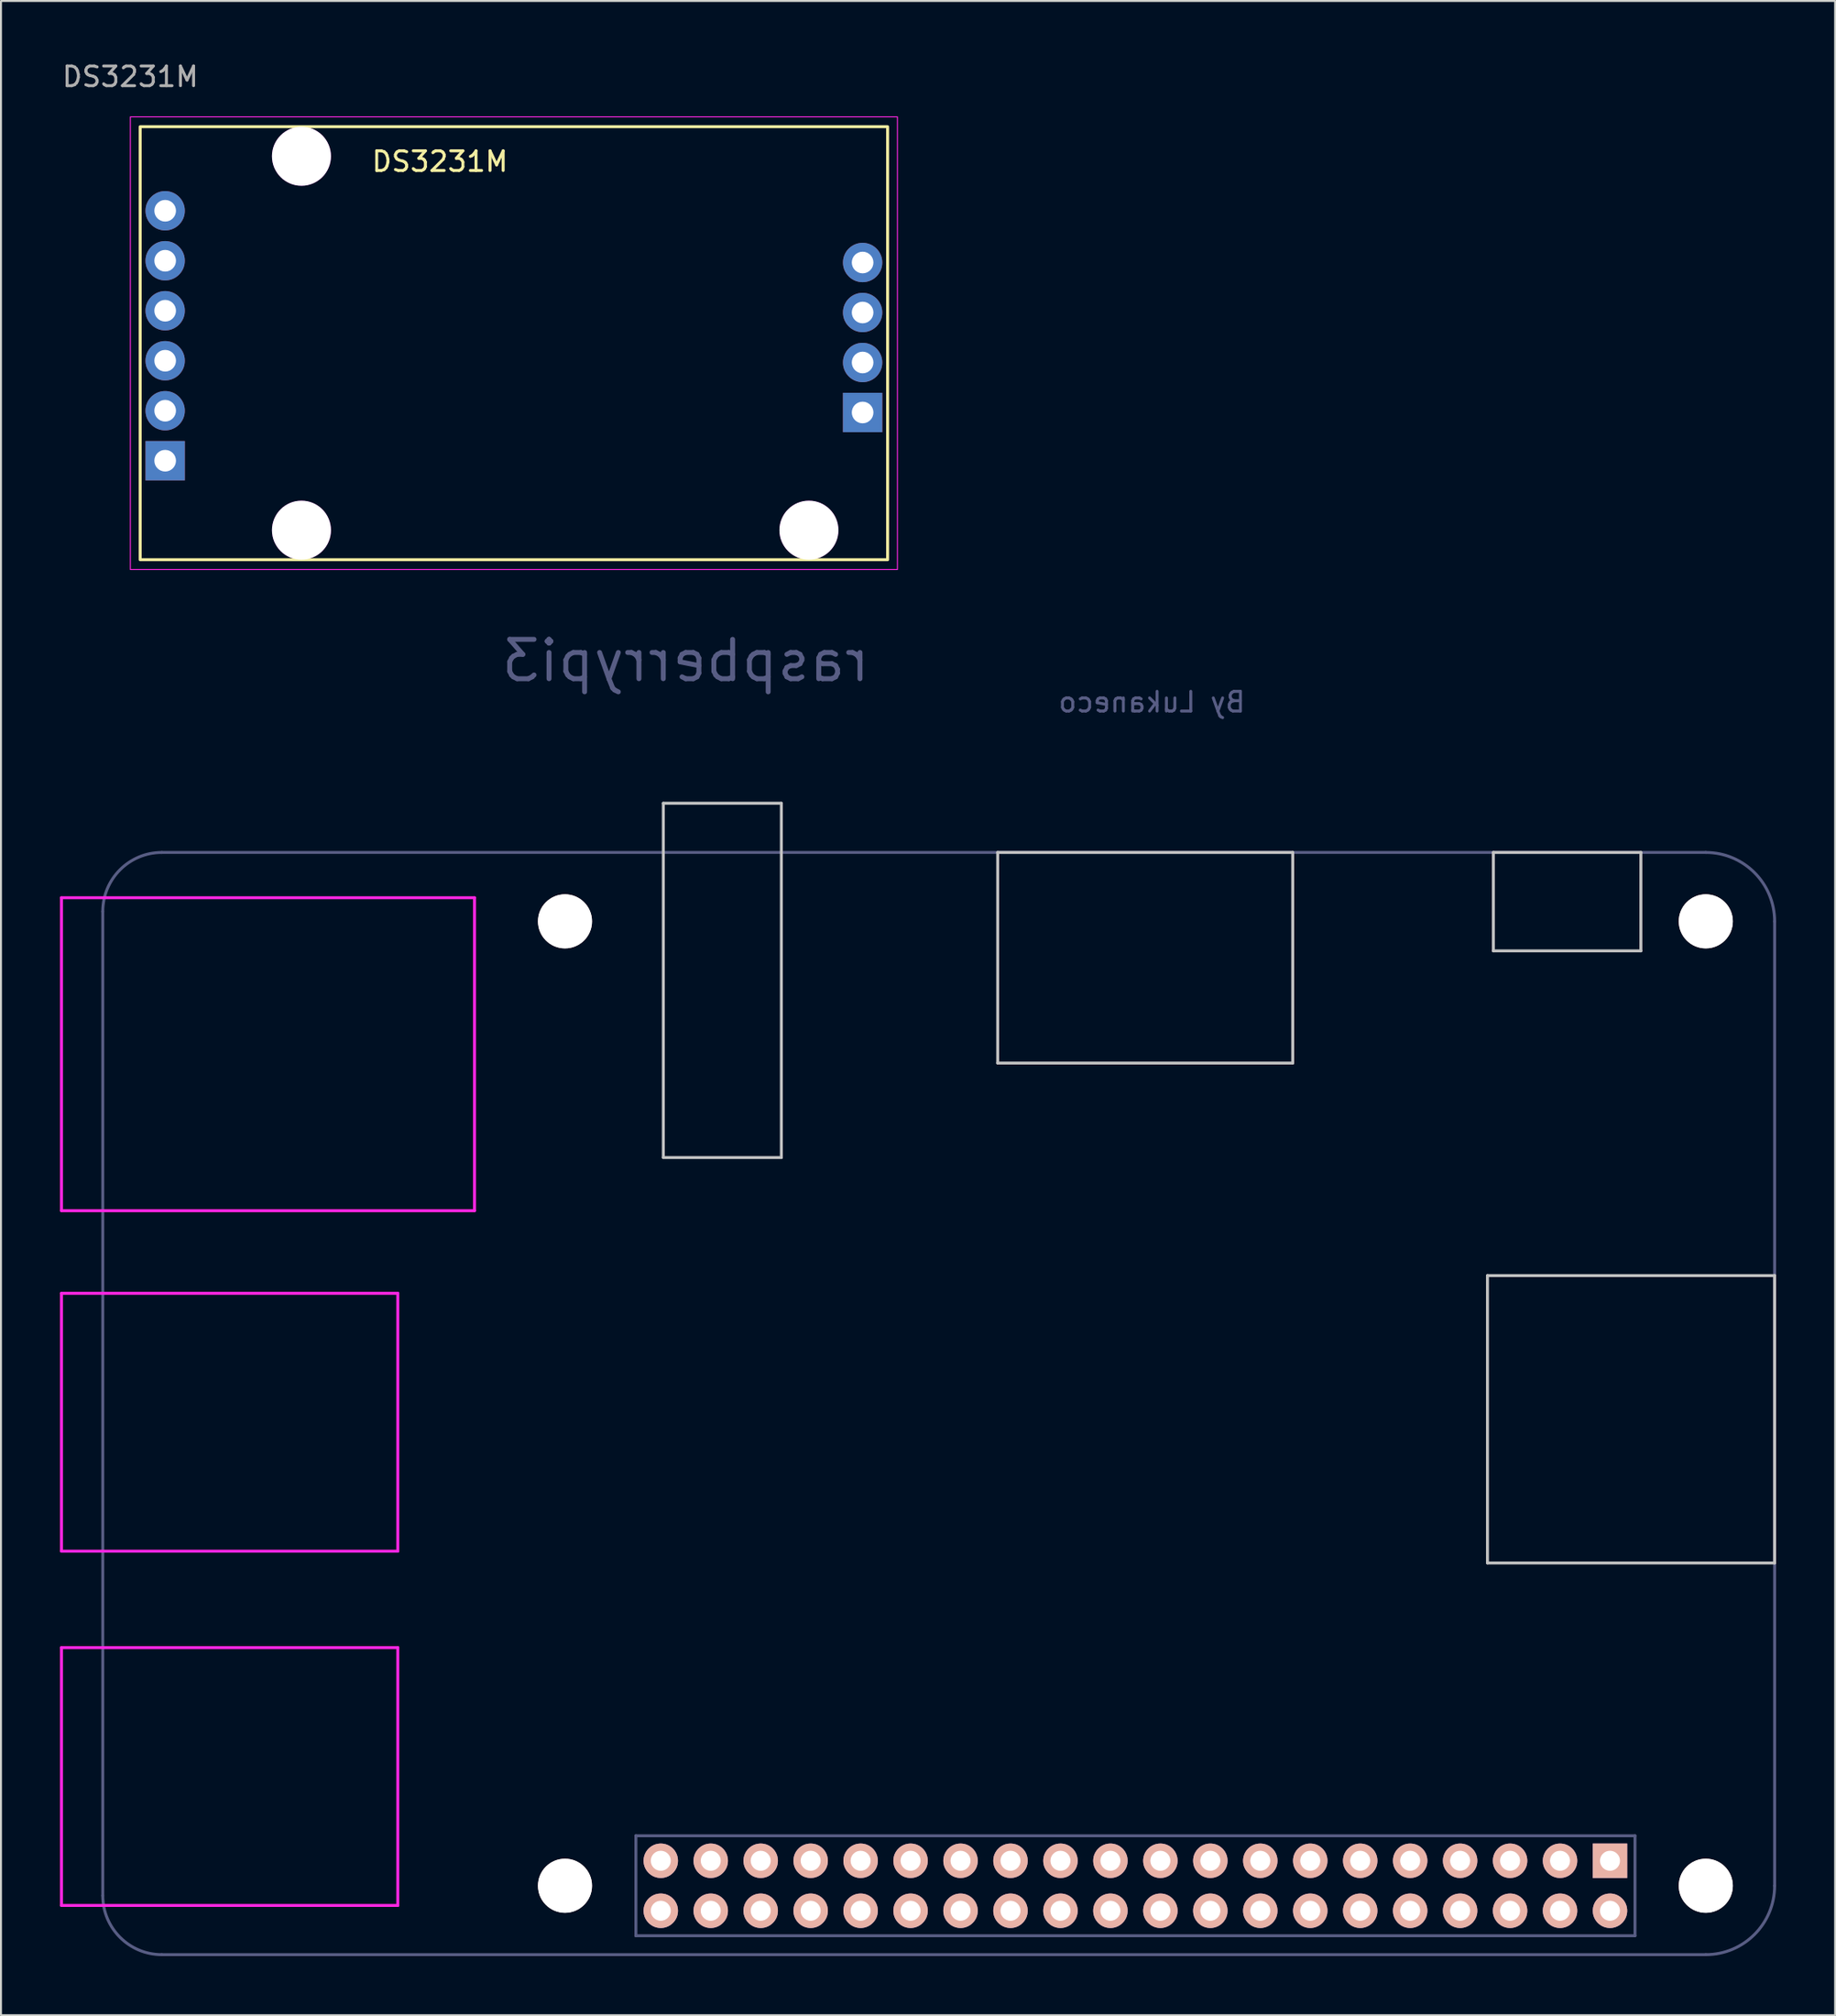
<source format=kicad_pcb>
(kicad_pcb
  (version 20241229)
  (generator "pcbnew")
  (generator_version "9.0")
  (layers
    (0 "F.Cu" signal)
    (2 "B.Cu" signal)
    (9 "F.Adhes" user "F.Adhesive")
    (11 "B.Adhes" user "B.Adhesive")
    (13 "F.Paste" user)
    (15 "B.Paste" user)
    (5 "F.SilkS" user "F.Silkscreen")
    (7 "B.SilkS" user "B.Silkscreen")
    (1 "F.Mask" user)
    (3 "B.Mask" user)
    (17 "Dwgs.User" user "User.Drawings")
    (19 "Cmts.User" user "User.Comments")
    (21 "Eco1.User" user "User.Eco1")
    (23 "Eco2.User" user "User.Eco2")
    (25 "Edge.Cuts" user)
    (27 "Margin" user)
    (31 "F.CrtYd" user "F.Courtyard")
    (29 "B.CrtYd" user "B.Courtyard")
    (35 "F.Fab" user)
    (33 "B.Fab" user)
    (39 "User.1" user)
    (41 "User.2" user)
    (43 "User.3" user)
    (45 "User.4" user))
  (footprint "raspberrypi3"
    (layer "F.Cu")
    (at 78.805 91.492)
    (property "Reference" "raspberrypi3" (at -46.99 -60.97 0) (layer "B.Fab") (effects (font (size 2 2) (thickness 0.25)) (justify mirror)))
    (attr through_hole)
    (fp_line (start -48.13 -53.73) (end -48.13 -35.73) (stroke (width 0.15) (type solid)) (layer "Dwgs.User"))
    (fp_line (start -48.13 -35.73) (end -42.13 -35.73) (stroke (width 0.15) (type solid)) (layer "Dwgs.User"))
    (fp_line (start -42.13 -53.73) (end -48.13 -53.73) (stroke (width 0.15) (type solid)) (layer "Dwgs.User"))
    (fp_line (start -42.13 -35.73) (end -42.13 -53.73) (stroke (width 0.15) (type solid)) (layer "Dwgs.User"))
    (fp_line (start -31.13 -51.23) (end -31.13 -40.53) (stroke (width 0.15) (type solid)) (layer "Dwgs.User"))
    (fp_line (start -31.13 -51.23) (end -16.13 -51.23) (stroke (width 0.15) (type solid)) (layer "Dwgs.User"))
    (fp_line (start -16.13 -40.53) (end -31.13 -40.53) (stroke (width 0.15) (type solid)) (layer "Dwgs.User"))
    (fp_line (start -16.13 -40.53) (end -16.13 -51.23) (stroke (width 0.15) (type solid)) (layer "Dwgs.User"))
    (fp_line (start -6.23 -29.73) (end 8.37 -29.73) (stroke (width 0.15) (type solid)) (layer "Dwgs.User"))
    (fp_line (start -6.23 -15.13) (end -6.23 -29.73) (stroke (width 0.15) (type solid)) (layer "Dwgs.User"))
    (fp_line (start -6.23 -15.13) (end 8.37 -15.13) (stroke (width 0.15) (type solid)) (layer "Dwgs.User"))
    (fp_line (start -5.93 -51.23) (end -5.93 -46.23) (stroke (width 0.15) (type solid)) (layer "Dwgs.User"))
    (fp_line (start -5.93 -51.23) (end 1.57 -51.23) (stroke (width 0.15) (type solid)) (layer "Dwgs.User"))
    (fp_line (start -5.93 -46.23) (end 1.57 -46.23) (stroke (width 0.15) (type solid)) (layer "Dwgs.User"))
    (fp_line (start 1.57 -51.23) (end 1.57 -46.23) (stroke (width 0.15) (type solid)) (layer "Dwgs.User"))
    (fp_line (start 8.37 -15.13) (end 8.37 -29.73) (stroke (width 0.15) (type solid)) (layer "Dwgs.User"))
    (fp_line (start -78.73 -48.93) (end -78.73 -33.03) (stroke (width 0.15) (type solid)) (layer "F.CrtYd"))
    (fp_line (start -78.73 -48.93) (end -57.73 -48.93) (stroke (width 0.15) (type solid)) (layer "F.CrtYd"))
    (fp_line (start -78.73 -28.83) (end -78.73 -15.73) (stroke (width 0.15) (type solid)) (layer "F.CrtYd"))
    (fp_line (start -78.73 -28.83) (end -61.63 -28.83) (stroke (width 0.15) (type solid)) (layer "F.CrtYd"))
    (fp_line (start -78.73 -10.83) (end -78.73 2.27) (stroke (width 0.15) (type solid)) (layer "F.CrtYd"))
    (fp_line (start -78.73 -10.83) (end -61.63 -10.83) (stroke (width 0.15) (type solid)) (layer "F.CrtYd"))
    (fp_line (start -61.63 -28.83) (end -61.63 -15.73) (stroke (width 0.15) (type solid)) (layer "F.CrtYd"))
    (fp_line (start -61.63 -15.73) (end -78.73 -15.73) (stroke (width 0.15) (type solid)) (layer "F.CrtYd"))
    (fp_line (start -61.63 2.27) (end -78.73 2.27) (stroke (width 0.15) (type solid)) (layer "F.CrtYd"))
    (fp_line (start -61.63 2.27) (end -61.63 -10.83) (stroke (width 0.15) (type solid)) (layer "F.CrtYd"))
    (fp_line (start -57.73 -48.93) (end -57.73 -33.03) (stroke (width 0.15) (type solid)) (layer "F.CrtYd"))
    (fp_line (start -57.73 -33.03) (end -78.73 -33.03) (stroke (width 0.15) (type solid)) (layer "F.CrtYd"))
    (fp_line (start -76.63 -48.23) (end -76.63 1.77) (stroke (width 0.15) (type solid)) (layer "B.Fab"))
    (fp_line (start -73.63 4.77) (end 4.87 4.77) (stroke (width 0.15) (type solid)) (layer "B.Fab"))
    (fp_line (start -49.53 -1.27) (end 1.27 -1.27) (stroke (width 0.15) (type solid)) (layer "B.Fab"))
    (fp_line (start -49.525 -1.27) (end -49.525 3.81) (stroke (width 0.15) (type solid)) (layer "B.Fab"))
    (fp_line (start 1.27 3.81) (end -49.53 3.81) (stroke (width 0.15) (type solid)) (layer "B.Fab"))
    (fp_line (start 1.27 3.81) (end 1.27 -1.27) (stroke (width 0.15) (type solid)) (layer "B.Fab"))
    (fp_line (start 4.87 -51.23) (end -73.63 -51.23) (stroke (width 0.15) (type solid)) (layer "B.Fab"))
    (fp_line (start 8.37 -47.73) (end 8.37 1.27) (stroke (width 0.15) (type solid)) (layer "B.Fab"))
    (fp_arc (start -76.63 -48.23) (mid -75.75132 -50.35132) (end -73.63 -51.23) (stroke (width 0.15) (type solid)) (layer "B.Fab"))
    (fp_arc (start -73.63 4.77) (mid -75.75132 3.89132) (end -76.63 1.77) (stroke (width 0.15) (type solid)) (layer "B.Fab"))
    (fp_arc (start 4.87 -51.23) (mid 7.344874 -50.204874) (end 8.37 -47.73) (stroke (width 0.15) (type solid)) (layer "B.Fab"))
    (fp_arc (start 8.37 1.27) (mid 7.344874 3.744874) (end 4.87 4.77) (stroke (width 0.15) (type solid)) (layer "B.Fab"))
    (fp_text user "By Lukaneco" (at -23.29 -58.87 0) (layer "B.Fab") (effects (font (size 1 1) (thickness 0.15)) (justify mirror)))
    (pad "" np_thru_hole circle (at -53.13 -47.73) (size 2.75 2.75) (drill 2.75) (layers "*.Cu" "*.Mask" "B.SilkS"))
    (pad "" np_thru_hole circle (at -53.13 1.27) (size 2.75 2.75) (drill 2.75) (layers "*.Cu" "*.Mask" "B.SilkS"))
    (pad "" np_thru_hole circle (at 4.87 -47.73) (size 2.75 2.75) (drill 2.75) (layers "*.Cu" "*.Mask" "B.SilkS"))
    (pad "" np_thru_hole circle (at 4.87 1.27) (size 2.75 2.75) (drill 2.75) (layers "*.Cu" "*.Mask" "B.SilkS"))
    (pad "1" thru_hole rect (at 0 0) (size 1.75 1.75) (drill 1.016) (layers "*.Cu" "*.Mask" "B.SilkS"))
    (pad "2" thru_hole circle (at 0 2.54) (size 1.75 1.75) (drill 1.016) (layers "*.Cu" "*.Mask" "B.SilkS"))
    (pad "3" thru_hole circle (at -2.54 0) (size 1.75 1.75) (drill 1.016) (layers "*.Cu" "*.Mask" "B.SilkS"))
    (pad "4" thru_hole circle (at -2.54 2.54) (size 1.75 1.75) (drill 1.016) (layers "*.Cu" "*.Mask" "B.SilkS"))
    (pad "5" thru_hole circle (at -5.08 0) (size 1.75 1.75) (drill 1.016) (layers "*.Cu" "*.Mask" "B.SilkS"))
    (pad "6" thru_hole circle (at -5.08 2.54) (size 1.75 1.75) (drill 1.016) (layers "*.Cu" "*.Mask" "B.SilkS"))
    (pad "7" thru_hole circle (at -7.62 0) (size 1.75 1.75) (drill 1.016) (layers "*.Cu" "*.Mask" "B.SilkS"))
    (pad "8" thru_hole circle (at -7.62 2.54) (size 1.75 1.75) (drill 1.016) (layers "*.Cu" "*.Mask" "B.SilkS"))
    (pad "9" thru_hole circle (at -10.16 0) (size 1.75 1.75) (drill 1.016) (layers "*.Cu" "*.Mask" "B.SilkS"))
    (pad "10" thru_hole circle (at -10.16 2.54) (size 1.75 1.75) (drill 1.016) (layers "*.Cu" "*.Mask" "B.SilkS"))
    (pad "11" thru_hole circle (at -12.7 0) (size 1.75 1.75) (drill 1.016) (layers "*.Cu" "*.Mask" "B.SilkS"))
    (pad "12" thru_hole circle (at -12.7 2.54) (size 1.75 1.75) (drill 1.016) (layers "*.Cu" "*.Mask" "B.SilkS"))
    (pad "13" thru_hole circle (at -15.24 0) (size 1.75 1.75) (drill 1.016) (layers "*.Cu" "*.Mask" "B.SilkS"))
    (pad "14" thru_hole circle (at -15.24 2.54) (size 1.75 1.75) (drill 1.016) (layers "*.Cu" "*.Mask" "B.SilkS"))
    (pad "15" thru_hole circle (at -17.78 0) (size 1.75 1.75) (drill 1.016) (layers "*.Cu" "*.Mask" "B.SilkS"))
    (pad "16" thru_hole circle (at -17.78 2.54) (size 1.75 1.75) (drill 1.016) (layers "*.Cu" "*.Mask" "B.SilkS"))
    (pad "17" thru_hole circle (at -20.32 0) (size 1.75 1.75) (drill 1.016) (layers "*.Cu" "*.Mask" "B.SilkS"))
    (pad "18" thru_hole circle (at -20.32 2.54) (size 1.75 1.75) (drill 1.016) (layers "*.Cu" "*.Mask" "B.SilkS"))
    (pad "19" thru_hole circle (at -22.86 0) (size 1.75 1.75) (drill 1.016) (layers "*.Cu" "*.Mask" "B.SilkS"))
    (pad "20" thru_hole circle (at -22.86 2.54) (size 1.75 1.75) (drill 1.016) (layers "*.Cu" "*.Mask" "B.SilkS"))
    (pad "21" thru_hole circle (at -25.4 0) (size 1.75 1.75) (drill 1.016) (layers "*.Cu" "*.Mask" "B.SilkS"))
    (pad "22" thru_hole circle (at -25.4 2.54) (size 1.75 1.75) (drill 1.016) (layers "*.Cu" "*.Mask" "B.SilkS"))
    (pad "23" thru_hole circle (at -27.94 0) (size 1.75 1.75) (drill 1.016) (layers "*.Cu" "*.Mask" "B.SilkS"))
    (pad "24" thru_hole circle (at -27.94 2.54) (size 1.75 1.75) (drill 1.016) (layers "*.Cu" "*.Mask" "B.SilkS"))
    (pad "25" thru_hole circle (at -30.48 0) (size 1.75 1.75) (drill 1.016) (layers "*.Cu" "*.Mask" "B.SilkS"))
    (pad "26" thru_hole circle (at -30.48 2.54) (size 1.75 1.75) (drill 1.016) (layers "*.Cu" "*.Mask" "B.SilkS"))
    (pad "27" thru_hole circle (at -33.02 0) (size 1.75 1.75) (drill 1.016) (layers "*.Cu" "*.Mask" "B.SilkS"))
    (pad "28" thru_hole circle (at -33.02 2.54) (size 1.75 1.75) (drill 1.016) (layers "*.Cu" "*.Mask" "B.SilkS"))
    (pad "29" thru_hole circle (at -35.56 0) (size 1.75 1.75) (drill 1.016) (layers "*.Cu" "*.Mask" "B.SilkS"))
    (pad "30" thru_hole circle (at -35.56 2.54) (size 1.75 1.75) (drill 1.016) (layers "*.Cu" "*.Mask" "B.SilkS"))
    (pad "31" thru_hole circle (at -38.1 0) (size 1.75 1.75) (drill 1.016) (layers "*.Cu" "*.Mask" "B.SilkS"))
    (pad "32" thru_hole circle (at -38.1 2.54) (size 1.75 1.75) (drill 1.016) (layers "*.Cu" "*.Mask" "B.SilkS"))
    (pad "33" thru_hole circle (at -40.64 0) (size 1.75 1.75) (drill 1.016) (layers "*.Cu" "*.Mask" "B.SilkS"))
    (pad "34" thru_hole circle (at -40.64 2.54) (size 1.75 1.75) (drill 1.016) (layers "*.Cu" "*.Mask" "B.SilkS"))
    (pad "35" thru_hole circle (at -43.18 0) (size 1.75 1.75) (drill 1.016) (layers "*.Cu" "*.Mask" "B.SilkS"))
    (pad "36" thru_hole circle (at -43.18 2.54) (size 1.75 1.75) (drill 1.016) (layers "*.Cu" "*.Mask" "B.SilkS"))
    (pad "37" thru_hole circle (at -45.72 0) (size 1.75 1.75) (drill 1.016) (layers "*.Cu" "*.Mask" "B.SilkS"))
    (pad "38" thru_hole circle (at -45.72 2.54) (size 1.75 1.75) (drill 1.016) (layers "*.Cu" "*.Mask" "B.SilkS"))
    (pad "39" thru_hole circle (at -48.26 0) (size 1.75 1.75) (drill 1.016) (layers "*.Cu" "*.Mask" "B.SilkS"))
    (pad "40" thru_hole circle (at -48.26 2.54) (size 1.75 1.75) (drill 1.016) (layers "*.Cu" "*.Mask" "B.SilkS")))
  (footprint "DS3231M"
    (layer "F.Cu")
    (at 4.077 3.388)
    (property "Reference" "DS3231M" (at 15.24 1.769 0) (unlocked yes) (layer "F.SilkS") (effects (font (size 1 1) (thickness 0.15))))
    (attr through_hole)
    (fp_rect (start 0 0) (end 38 22) (stroke (width 0.15) (type solid)) (fill no) (layer "F.SilkS"))
    (fp_rect (start -0.5 -0.5) (end 38.5 22.5) (stroke (width 0.05) (type solid)) (fill no) (layer "F.CrtYd"))
    (fp_text user "${REFERENCE}" (at -0.5 -2.54 0) (unlocked yes) (layer "F.Fab") (effects (font (size 1 1) (thickness 0.15))))
    (pad "" np_thru_hole circle (at 8.2 1.5) (size 3 3) (drill 3) (layers "*.Cu" "*.Mask" "F.Adhes"))
    (pad "" np_thru_hole circle (at 8.2 20.5) (size 3 3) (drill 3) (layers "*.Cu" "*.Mask" "F.Adhes"))
    (pad "" np_thru_hole circle (at 34 20.5) (size 3 3) (drill 3) (layers "*.Cu" "*.Mask" "F.Adhes"))
    (pad "" thru_hole circle (at 36.73 6.9 90) (size 2 2) (drill 1.1) (layers "*.Cu" "*.Mask"))
    (pad "" thru_hole circle (at 36.73 9.44 90) (size 2 2) (drill 1.1) (layers "*.Cu" "*.Mask"))
    (pad "" thru_hole circle (at 36.73 11.98 90) (size 2 2) (drill 1.1) (layers "*.Cu" "*.Mask"))
    (pad "" thru_hole rect (at 36.73 14.52 90) (size 2 2) (drill 1.1) (layers "*.Cu" "*.Mask"))
    (pad "1" thru_hole rect (at 1.27 16.97 90) (size 2 2) (drill 1.1) (layers "*.Cu" "*.Mask"))
    (pad "2" thru_hole circle (at 1.27 14.43 90) (size 2 2) (drill 1.1) (layers "*.Cu" "*.Mask"))
    (pad "3" thru_hole circle (at 1.27 11.89 90) (size 2 2) (drill 1.1) (layers "*.Cu" "*.Mask"))
    (pad "4" thru_hole circle (at 1.27 9.35 90) (size 2 2) (drill 1.1) (layers "*.Cu" "*.Mask"))
    (pad "5" thru_hole circle (at 1.27 6.81 90) (size 2 2) (drill 1.1) (layers "*.Cu" "*.Mask"))
    (pad "6" thru_hole circle (at 1.27 4.27 90) (size 2 2) (drill 1.1) (layers "*.Cu" "*.Mask")))
  (gr_rect
    (start -3 -3)
    (end 90.25 99.337)
    (stroke (width 0.1) (type default))
    (fill no)
    (layer "Edge.Cuts")))
</source>
